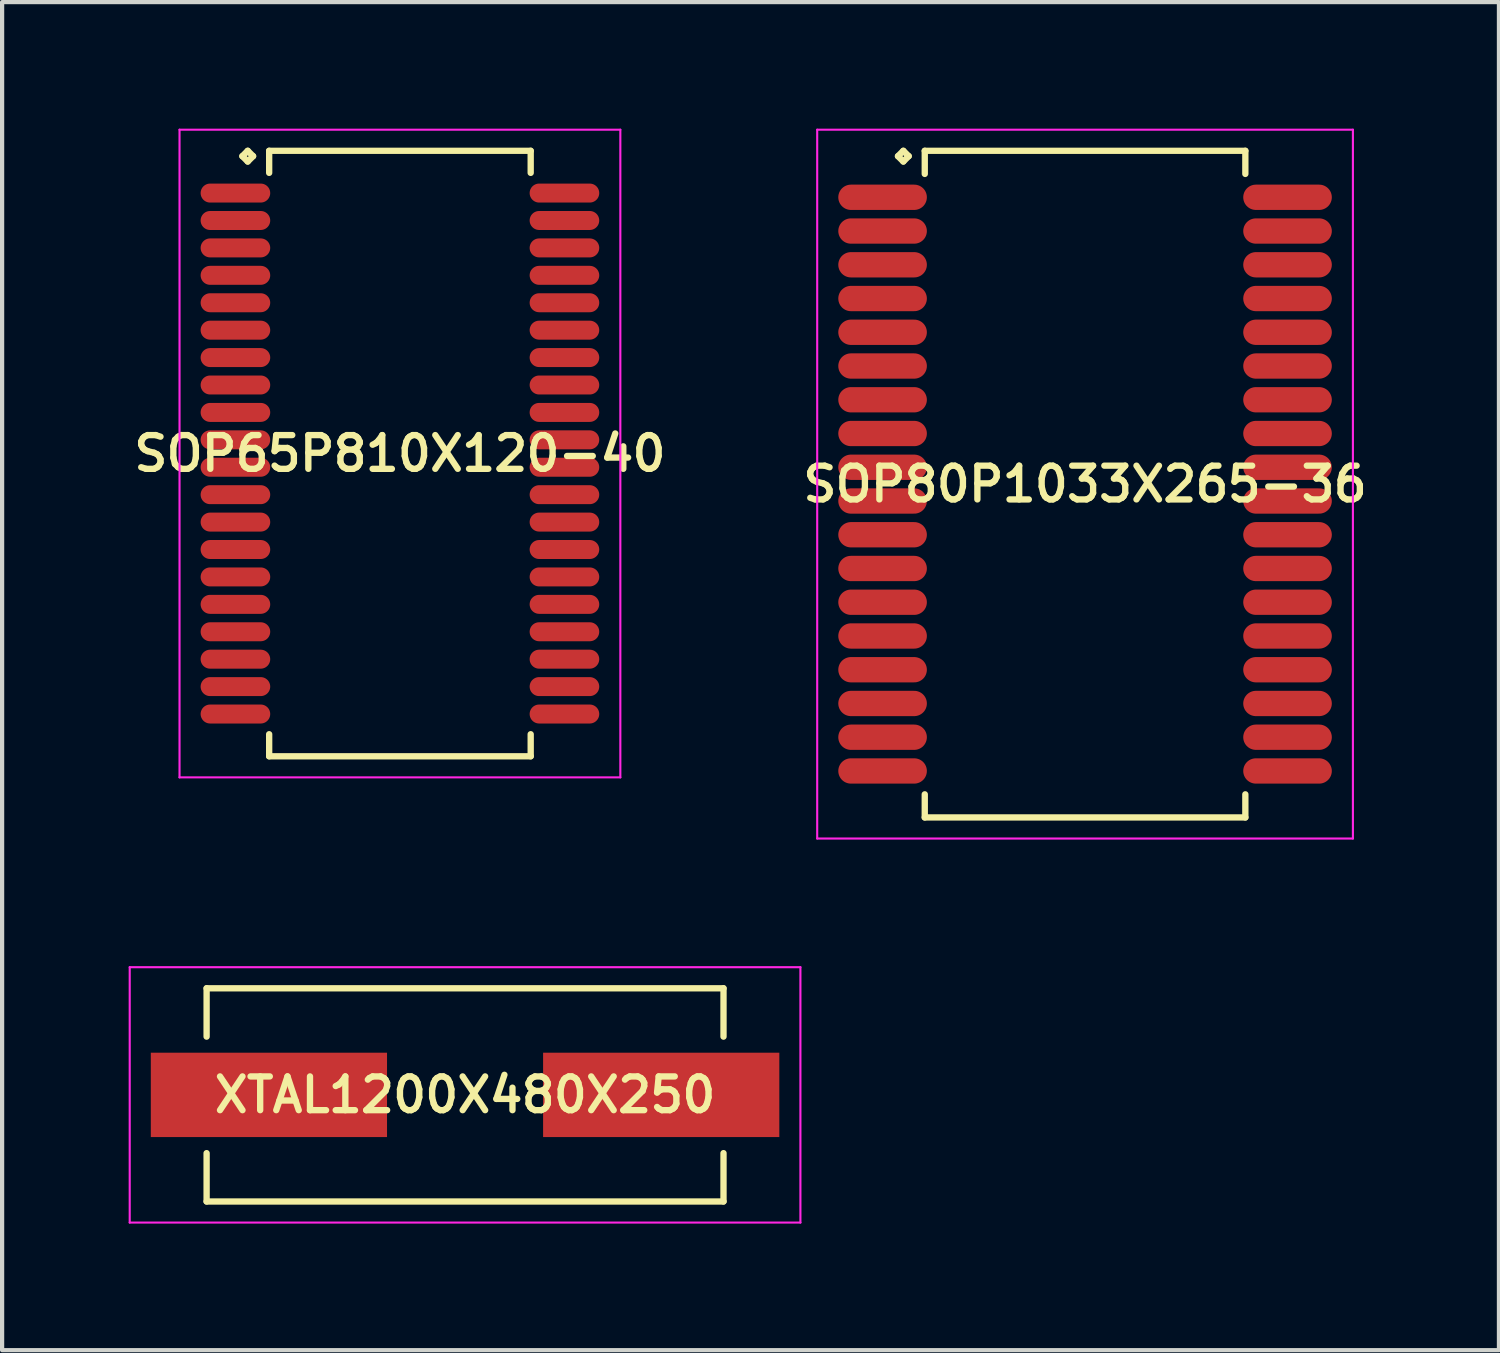
<source format=kicad_pcb>
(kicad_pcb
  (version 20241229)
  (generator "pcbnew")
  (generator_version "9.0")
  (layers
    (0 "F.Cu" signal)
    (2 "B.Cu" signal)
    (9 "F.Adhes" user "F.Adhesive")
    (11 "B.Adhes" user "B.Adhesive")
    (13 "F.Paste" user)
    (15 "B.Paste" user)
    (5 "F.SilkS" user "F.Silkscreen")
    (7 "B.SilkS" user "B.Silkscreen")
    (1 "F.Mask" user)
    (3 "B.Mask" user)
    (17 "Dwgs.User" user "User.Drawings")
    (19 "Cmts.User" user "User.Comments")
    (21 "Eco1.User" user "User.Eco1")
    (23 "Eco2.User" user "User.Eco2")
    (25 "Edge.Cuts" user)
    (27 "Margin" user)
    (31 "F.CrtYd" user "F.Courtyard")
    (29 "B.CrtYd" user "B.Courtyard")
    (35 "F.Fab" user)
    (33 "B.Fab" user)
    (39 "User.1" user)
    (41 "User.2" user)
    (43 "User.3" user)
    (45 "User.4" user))
  (footprint "XTAL1200X480X250"
    (layer "F.Cu")
    (at 7.975 22.906)
    (property "Reference" "XTAL1200X480X250" (at 0 0 0) (layer "F.SilkS") (effects (font (size 0.8 0.8) (thickness 0.15))))
    (attr smd)
    (fp_line (start -6.127 -2.527) (end 6.127 -2.527) (stroke (width 0.15) (type solid)) (layer "F.SilkS"))
    (fp_line (start -6.127 -1.381) (end -6.127 -2.527) (stroke (width 0.15) (type solid)) (layer "F.SilkS"))
    (fp_line (start -6.127 1.381) (end -6.127 2.527) (stroke (width 0.15) (type solid)) (layer "F.SilkS"))
    (fp_line (start -6.127 2.527) (end 6.127 2.527) (stroke (width 0.15) (type solid)) (layer "F.SilkS"))
    (fp_line (start 6.127 -2.527) (end 6.127 -1.381) (stroke (width 0.15) (type solid)) (layer "F.SilkS"))
    (fp_line (start 6.127 2.527) (end 6.127 1.381) (stroke (width 0.15) (type solid)) (layer "F.SilkS"))
    (fp_line (start -7.95 -3.027) (end 7.95 -3.027) (stroke (width 0.05) (type solid)) (layer "F.CrtYd"))
    (fp_line (start -7.95 3.027) (end -7.95 -3.027) (stroke (width 0.05) (type solid)) (layer "F.CrtYd"))
    (fp_line (start 7.95 -3.027) (end 7.95 3.027) (stroke (width 0.05) (type solid)) (layer "F.CrtYd"))
    (fp_line (start 7.95 3.027) (end -7.95 3.027) (stroke (width 0.05) (type solid)) (layer "F.CrtYd"))
    (pad "1" smd rect (at -4.65 0) (size 5.6 2) (layers "F.Cu" "F.Mask" "F.Paste"))
    (pad "2" smd rect (at 4.65 0) (size 5.6 2) (layers "F.Cu" "F.Mask" "F.Paste")))
  (footprint "SOP80P1033X265-36"
    (layer "F.Cu")
    (at 22.673 8.427)
    (property "Reference" "SOP80P1033X265-36" (at 0 0 0) (layer "F.SilkS") (effects (font (size 0.8 0.8) (thickness 0.15))))
    (attr smd)
    (fp_line (start -4.435 -7.775) (end -4.308 -7.902) (stroke (width 0.15) (type solid)) (layer "F.SilkS"))
    (fp_line (start -4.308 -7.902) (end -4.181 -7.775) (stroke (width 0.15) (type solid)) (layer "F.SilkS"))
    (fp_line (start -4.308 -7.648) (end -4.435 -7.775) (stroke (width 0.15) (type solid)) (layer "F.SilkS"))
    (fp_line (start -4.181 -7.775) (end -4.308 -7.648) (stroke (width 0.15) (type solid)) (layer "F.SilkS"))
    (fp_line (start -3.8 -7.902) (end 3.8 -7.902) (stroke (width 0.15) (type solid)) (layer "F.SilkS"))
    (fp_line (start -3.8 -7.354) (end -3.8 -7.902) (stroke (width 0.15) (type solid)) (layer "F.SilkS"))
    (fp_line (start -3.8 7.354) (end -3.8 7.902) (stroke (width 0.15) (type solid)) (layer "F.SilkS"))
    (fp_line (start -3.8 7.902) (end 3.8 7.902) (stroke (width 0.15) (type solid)) (layer "F.SilkS"))
    (fp_line (start 3.8 -7.902) (end 3.8 -7.354) (stroke (width 0.15) (type solid)) (layer "F.SilkS"))
    (fp_line (start 3.8 7.902) (end 3.8 7.354) (stroke (width 0.15) (type solid)) (layer "F.SilkS"))
    (fp_line (start -6.35 -8.402) (end 6.35 -8.402) (stroke (width 0.05) (type solid)) (layer "F.CrtYd"))
    (fp_line (start -6.35 8.402) (end -6.35 -8.402) (stroke (width 0.05) (type solid)) (layer "F.CrtYd"))
    (fp_line (start 6.35 -8.402) (end 6.35 8.402) (stroke (width 0.05) (type solid)) (layer "F.CrtYd"))
    (fp_line (start 6.35 8.402) (end -6.35 8.402) (stroke (width 0.05) (type solid)) (layer "F.CrtYd"))
    (pad "1" smd oval (at -4.8 -6.8) (size 2.1 0.6) (layers "F.Cu" "F.Mask" "F.Paste"))
    (pad "2" smd oval (at -4.8 -6) (size 2.1 0.6) (layers "F.Cu" "F.Mask" "F.Paste"))
    (pad "3" smd oval (at -4.8 -5.2) (size 2.1 0.6) (layers "F.Cu" "F.Mask" "F.Paste"))
    (pad "4" smd oval (at -4.8 -4.4) (size 2.1 0.6) (layers "F.Cu" "F.Mask" "F.Paste"))
    (pad "5" smd oval (at -4.8 -3.6) (size 2.1 0.6) (layers "F.Cu" "F.Mask" "F.Paste"))
    (pad "6" smd oval (at -4.8 -2.8) (size 2.1 0.6) (layers "F.Cu" "F.Mask" "F.Paste"))
    (pad "7" smd oval (at -4.8 -2) (size 2.1 0.6) (layers "F.Cu" "F.Mask" "F.Paste"))
    (pad "8" smd oval (at -4.8 -1.2) (size 2.1 0.6) (layers "F.Cu" "F.Mask" "F.Paste"))
    (pad "9" smd oval (at -4.8 -0.4) (size 2.1 0.6) (layers "F.Cu" "F.Mask" "F.Paste"))
    (pad "10" smd oval (at -4.8 0.4) (size 2.1 0.6) (layers "F.Cu" "F.Mask" "F.Paste"))
    (pad "11" smd oval (at -4.8 1.2) (size 2.1 0.6) (layers "F.Cu" "F.Mask" "F.Paste"))
    (pad "12" smd oval (at -4.8 2) (size 2.1 0.6) (layers "F.Cu" "F.Mask" "F.Paste"))
    (pad "13" smd oval (at -4.8 2.8) (size 2.1 0.6) (layers "F.Cu" "F.Mask" "F.Paste"))
    (pad "14" smd oval (at -4.8 3.6) (size 2.1 0.6) (layers "F.Cu" "F.Mask" "F.Paste"))
    (pad "15" smd oval (at -4.8 4.4) (size 2.1 0.6) (layers "F.Cu" "F.Mask" "F.Paste"))
    (pad "16" smd oval (at -4.8 5.2) (size 2.1 0.6) (layers "F.Cu" "F.Mask" "F.Paste"))
    (pad "17" smd oval (at -4.8 6) (size 2.1 0.6) (layers "F.Cu" "F.Mask" "F.Paste"))
    (pad "18" smd oval (at -4.8 6.8) (size 2.1 0.6) (layers "F.Cu" "F.Mask" "F.Paste"))
    (pad "19" smd oval (at 4.8 6.8) (size 2.1 0.6) (layers "F.Cu" "F.Mask" "F.Paste"))
    (pad "20" smd oval (at 4.8 6) (size 2.1 0.6) (layers "F.Cu" "F.Mask" "F.Paste"))
    (pad "21" smd oval (at 4.8 5.2) (size 2.1 0.6) (layers "F.Cu" "F.Mask" "F.Paste"))
    (pad "22" smd oval (at 4.8 4.4) (size 2.1 0.6) (layers "F.Cu" "F.Mask" "F.Paste"))
    (pad "23" smd oval (at 4.8 3.6) (size 2.1 0.6) (layers "F.Cu" "F.Mask" "F.Paste"))
    (pad "24" smd oval (at 4.8 2.8) (size 2.1 0.6) (layers "F.Cu" "F.Mask" "F.Paste"))
    (pad "25" smd oval (at 4.8 2) (size 2.1 0.6) (layers "F.Cu" "F.Mask" "F.Paste"))
    (pad "26" smd oval (at 4.8 1.2) (size 2.1 0.6) (layers "F.Cu" "F.Mask" "F.Paste"))
    (pad "27" smd oval (at 4.8 0.4) (size 2.1 0.6) (layers "F.Cu" "F.Mask" "F.Paste"))
    (pad "28" smd oval (at 4.8 -0.4) (size 2.1 0.6) (layers "F.Cu" "F.Mask" "F.Paste"))
    (pad "29" smd oval (at 4.8 -1.2) (size 2.1 0.6) (layers "F.Cu" "F.Mask" "F.Paste"))
    (pad "30" smd oval (at 4.8 -2) (size 2.1 0.6) (layers "F.Cu" "F.Mask" "F.Paste"))
    (pad "31" smd oval (at 4.8 -2.8) (size 2.1 0.6) (layers "F.Cu" "F.Mask" "F.Paste"))
    (pad "32" smd oval (at 4.8 -3.6) (size 2.1 0.6) (layers "F.Cu" "F.Mask" "F.Paste"))
    (pad "33" smd oval (at 4.8 -4.4) (size 2.1 0.6) (layers "F.Cu" "F.Mask" "F.Paste"))
    (pad "34" smd oval (at 4.8 -5.2) (size 2.1 0.6) (layers "F.Cu" "F.Mask" "F.Paste"))
    (pad "35" smd oval (at 4.8 -6) (size 2.1 0.6) (layers "F.Cu" "F.Mask" "F.Paste"))
    (pad "36" smd oval (at 4.8 -6.8) (size 2.1 0.6) (layers "F.Cu" "F.Mask" "F.Paste")))
  (footprint "SOP65P810X120-40"
    (layer "F.Cu")
    (at 6.431 7.702)
    (property "Reference" "SOP65P810X120-40" (at 0 0 0) (layer "F.SilkS") (effects (font (size 0.8 0.8) (thickness 0.15))))
    (attr smd)
    (fp_line (start -3.735 -7.05) (end -3.608 -7.177) (stroke (width 0.15) (type solid)) (layer "F.SilkS"))
    (fp_line (start -3.608 -7.177) (end -3.481 -7.05) (stroke (width 0.15) (type solid)) (layer "F.SilkS"))
    (fp_line (start -3.608 -6.923) (end -3.735 -7.05) (stroke (width 0.15) (type solid)) (layer "F.SilkS"))
    (fp_line (start -3.481 -7.05) (end -3.608 -6.923) (stroke (width 0.15) (type solid)) (layer "F.SilkS"))
    (fp_line (start -3.1 -7.177) (end 3.1 -7.177) (stroke (width 0.15) (type solid)) (layer "F.SilkS"))
    (fp_line (start -3.1 -6.654) (end -3.1 -7.177) (stroke (width 0.15) (type solid)) (layer "F.SilkS"))
    (fp_line (start -3.1 6.654) (end -3.1 7.177) (stroke (width 0.15) (type solid)) (layer "F.SilkS"))
    (fp_line (start -3.1 7.177) (end 3.1 7.177) (stroke (width 0.15) (type solid)) (layer "F.SilkS"))
    (fp_line (start 3.1 -7.177) (end 3.1 -6.654) (stroke (width 0.15) (type solid)) (layer "F.SilkS"))
    (fp_line (start 3.1 7.177) (end 3.1 6.654) (stroke (width 0.15) (type solid)) (layer "F.SilkS"))
    (fp_line (start -5.225 -7.677) (end 5.225 -7.677) (stroke (width 0.05) (type solid)) (layer "F.CrtYd"))
    (fp_line (start -5.225 7.677) (end -5.225 -7.677) (stroke (width 0.05) (type solid)) (layer "F.CrtYd"))
    (fp_line (start 5.225 -7.677) (end 5.225 7.677) (stroke (width 0.05) (type solid)) (layer "F.CrtYd"))
    (fp_line (start 5.225 7.677) (end -5.225 7.677) (stroke (width 0.05) (type solid)) (layer "F.CrtYd"))
    (pad "1" smd oval (at -3.9 -6.175) (size 1.65 0.45) (layers "F.Cu" "F.Mask" "F.Paste"))
    (pad "2" smd oval (at -3.9 -5.525) (size 1.65 0.45) (layers "F.Cu" "F.Mask" "F.Paste"))
    (pad "3" smd oval (at -3.9 -4.875) (size 1.65 0.45) (layers "F.Cu" "F.Mask" "F.Paste"))
    (pad "4" smd oval (at -3.9 -4.225) (size 1.65 0.45) (layers "F.Cu" "F.Mask" "F.Paste"))
    (pad "5" smd oval (at -3.9 -3.575) (size 1.65 0.45) (layers "F.Cu" "F.Mask" "F.Paste"))
    (pad "6" smd oval (at -3.9 -2.925) (size 1.65 0.45) (layers "F.Cu" "F.Mask" "F.Paste"))
    (pad "7" smd oval (at -3.9 -2.275) (size 1.65 0.45) (layers "F.Cu" "F.Mask" "F.Paste"))
    (pad "8" smd oval (at -3.9 -1.625) (size 1.65 0.45) (layers "F.Cu" "F.Mask" "F.Paste"))
    (pad "9" smd oval (at -3.9 -0.975) (size 1.65 0.45) (layers "F.Cu" "F.Mask" "F.Paste"))
    (pad "10" smd oval (at -3.9 -0.325) (size 1.65 0.45) (layers "F.Cu" "F.Mask" "F.Paste"))
    (pad "11" smd oval (at -3.9 0.325) (size 1.65 0.45) (layers "F.Cu" "F.Mask" "F.Paste"))
    (pad "12" smd oval (at -3.9 0.975) (size 1.65 0.45) (layers "F.Cu" "F.Mask" "F.Paste"))
    (pad "13" smd oval (at -3.9 1.625) (size 1.65 0.45) (layers "F.Cu" "F.Mask" "F.Paste"))
    (pad "14" smd oval (at -3.9 2.275) (size 1.65 0.45) (layers "F.Cu" "F.Mask" "F.Paste"))
    (pad "15" smd oval (at -3.9 2.925) (size 1.65 0.45) (layers "F.Cu" "F.Mask" "F.Paste"))
    (pad "16" smd oval (at -3.9 3.575) (size 1.65 0.45) (layers "F.Cu" "F.Mask" "F.Paste"))
    (pad "17" smd oval (at -3.9 4.225) (size 1.65 0.45) (layers "F.Cu" "F.Mask" "F.Paste"))
    (pad "18" smd oval (at -3.9 4.875) (size 1.65 0.45) (layers "F.Cu" "F.Mask" "F.Paste"))
    (pad "19" smd oval (at -3.9 5.525) (size 1.65 0.45) (layers "F.Cu" "F.Mask" "F.Paste"))
    (pad "20" smd oval (at -3.9 6.175) (size 1.65 0.45) (layers "F.Cu" "F.Mask" "F.Paste"))
    (pad "21" smd oval (at 3.9 6.175) (size 1.65 0.45) (layers "F.Cu" "F.Mask" "F.Paste"))
    (pad "22" smd oval (at 3.9 5.525) (size 1.65 0.45) (layers "F.Cu" "F.Mask" "F.Paste"))
    (pad "23" smd oval (at 3.9 4.875) (size 1.65 0.45) (layers "F.Cu" "F.Mask" "F.Paste"))
    (pad "24" smd oval (at 3.9 4.225) (size 1.65 0.45) (layers "F.Cu" "F.Mask" "F.Paste"))
    (pad "25" smd oval (at 3.9 3.575) (size 1.65 0.45) (layers "F.Cu" "F.Mask" "F.Paste"))
    (pad "26" smd oval (at 3.9 2.925) (size 1.65 0.45) (layers "F.Cu" "F.Mask" "F.Paste"))
    (pad "27" smd oval (at 3.9 2.275) (size 1.65 0.45) (layers "F.Cu" "F.Mask" "F.Paste"))
    (pad "28" smd oval (at 3.9 1.625) (size 1.65 0.45) (layers "F.Cu" "F.Mask" "F.Paste"))
    (pad "29" smd oval (at 3.9 0.975) (size 1.65 0.45) (layers "F.Cu" "F.Mask" "F.Paste"))
    (pad "30" smd oval (at 3.9 0.325) (size 1.65 0.45) (layers "F.Cu" "F.Mask" "F.Paste"))
    (pad "31" smd oval (at 3.9 -0.325) (size 1.65 0.45) (layers "F.Cu" "F.Mask" "F.Paste"))
    (pad "32" smd oval (at 3.9 -0.975) (size 1.65 0.45) (layers "F.Cu" "F.Mask" "F.Paste"))
    (pad "33" smd oval (at 3.9 -1.625) (size 1.65 0.45) (layers "F.Cu" "F.Mask" "F.Paste"))
    (pad "34" smd oval (at 3.9 -2.275) (size 1.65 0.45) (layers "F.Cu" "F.Mask" "F.Paste"))
    (pad "35" smd oval (at 3.9 -2.925) (size 1.65 0.45) (layers "F.Cu" "F.Mask" "F.Paste"))
    (pad "36" smd oval (at 3.9 -3.575) (size 1.65 0.45) (layers "F.Cu" "F.Mask" "F.Paste"))
    (pad "37" smd oval (at 3.9 -4.225) (size 1.65 0.45) (layers "F.Cu" "F.Mask" "F.Paste"))
    (pad "38" smd oval (at 3.9 -4.875) (size 1.65 0.45) (layers "F.Cu" "F.Mask" "F.Paste"))
    (pad "39" smd oval (at 3.9 -5.525) (size 1.65 0.45) (layers "F.Cu" "F.Mask" "F.Paste"))
    (pad "40" smd oval (at 3.9 -6.175) (size 1.65 0.45) (layers "F.Cu" "F.Mask" "F.Paste")))
  (gr_rect
    (start -3 -3)
    (end 32.485 28.958)
    (stroke (width 0.1) (type default))
    (fill no)
    (layer "Edge.Cuts")))
</source>
